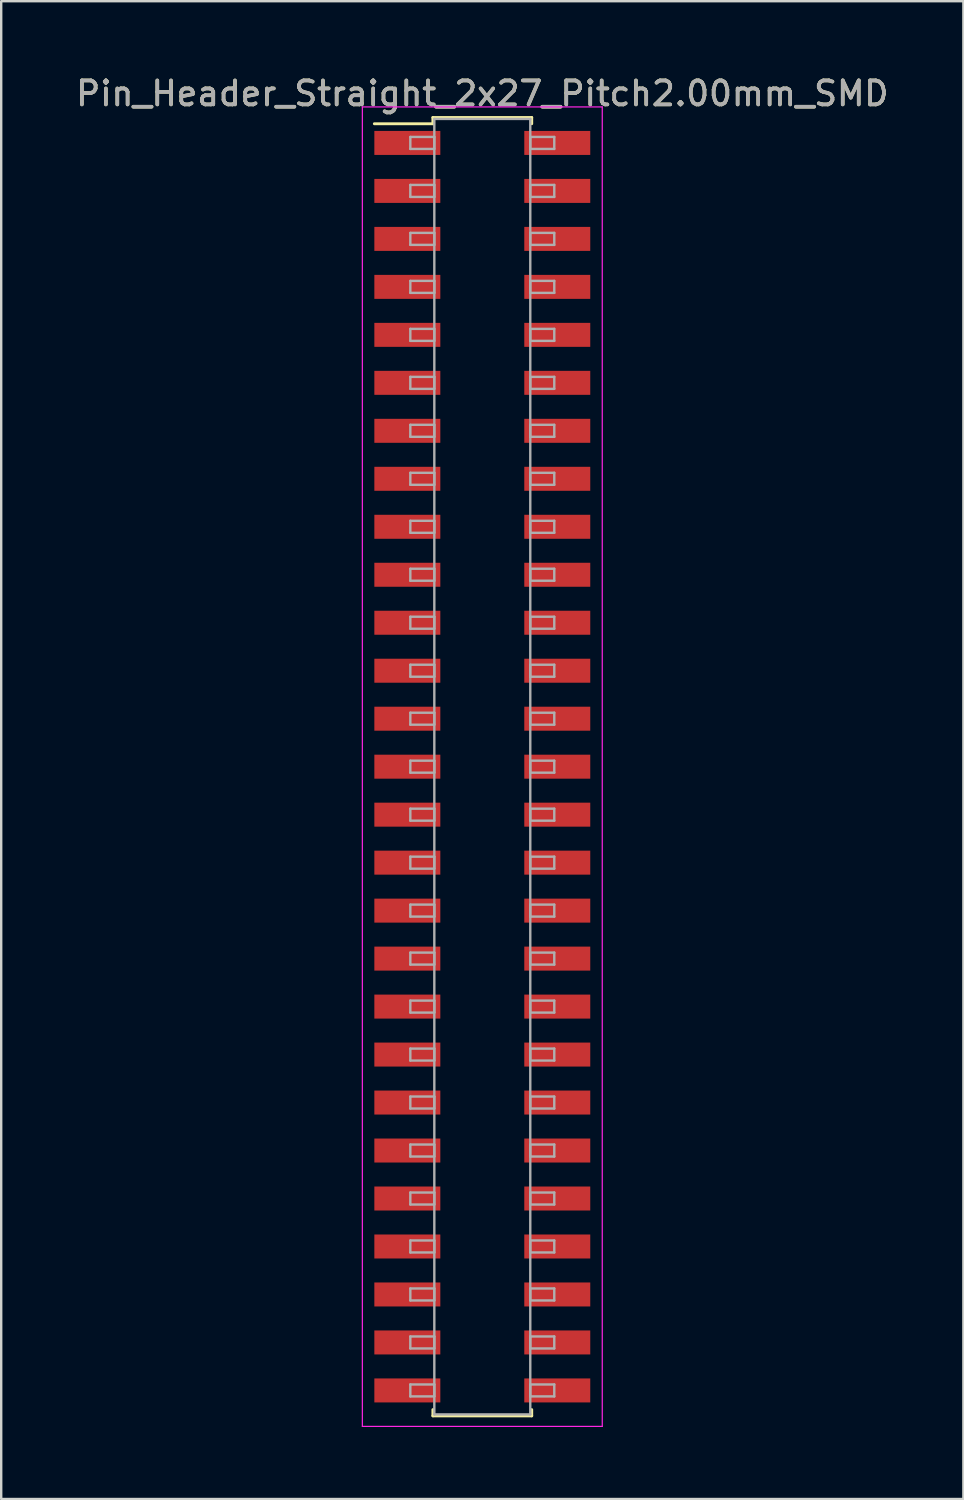
<source format=kicad_pcb>
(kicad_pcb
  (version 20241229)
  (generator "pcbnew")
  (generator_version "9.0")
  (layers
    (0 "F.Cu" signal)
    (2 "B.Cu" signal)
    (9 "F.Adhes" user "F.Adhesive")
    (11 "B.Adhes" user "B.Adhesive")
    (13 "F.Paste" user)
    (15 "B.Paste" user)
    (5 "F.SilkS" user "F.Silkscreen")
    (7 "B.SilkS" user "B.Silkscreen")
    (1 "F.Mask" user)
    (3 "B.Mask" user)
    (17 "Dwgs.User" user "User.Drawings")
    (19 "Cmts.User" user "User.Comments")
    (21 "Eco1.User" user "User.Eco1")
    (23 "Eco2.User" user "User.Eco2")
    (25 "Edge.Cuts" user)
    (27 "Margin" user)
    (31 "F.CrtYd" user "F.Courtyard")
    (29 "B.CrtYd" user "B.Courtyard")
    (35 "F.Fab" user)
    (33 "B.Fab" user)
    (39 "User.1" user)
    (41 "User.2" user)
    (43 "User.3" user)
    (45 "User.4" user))
  (footprint "Pin_Header_Straight_2x27_Pitch2.00mm_SMD"
    (layer "F.Cu")
    (at 17.054 28.908)
    (property "Reference" "Pin_Header_Straight_2x27_Pitch2.00mm_SMD" (at 0 -28.06 0) (layer "F.SilkS") (effects (font (size 1 1) (thickness 0.15))))
    (attr smd)
    (fp_line (start -4.5 -26.8) (end -2.06 -26.8) (stroke (width 0.12) (type solid)) (layer "F.SilkS"))
    (fp_line (start -2.06 -27.06) (end 2.06 -27.06) (stroke (width 0.12) (type solid)) (layer "F.SilkS"))
    (fp_line (start -2.06 -26.8) (end -2.06 -27.06) (stroke (width 0.12) (type solid)) (layer "F.SilkS"))
    (fp_line (start -2.06 26.8) (end -2.06 27.06) (stroke (width 0.12) (type solid)) (layer "F.SilkS"))
    (fp_line (start -2.06 27.06) (end 2.06 27.06) (stroke (width 0.12) (type solid)) (layer "F.SilkS"))
    (fp_line (start 2.06 -27.06) (end 2.06 -26.8) (stroke (width 0.12) (type solid)) (layer "F.SilkS"))
    (fp_line (start 2.06 27.06) (end 2.06 26.8) (stroke (width 0.12) (type solid)) (layer "F.SilkS"))
    (fp_line (start -5 -27.5) (end -5 27.5) (stroke (width 0.05) (type solid)) (layer "F.CrtYd"))
    (fp_line (start -5 27.5) (end 5 27.5) (stroke (width 0.05) (type solid)) (layer "F.CrtYd"))
    (fp_line (start 5 -27.5) (end -5 -27.5) (stroke (width 0.05) (type solid)) (layer "F.CrtYd"))
    (fp_line (start 5 27.5) (end 5 -27.5) (stroke (width 0.05) (type solid)) (layer "F.CrtYd"))
    (fp_line (start -3 -26.25) (end -2 -26.25) (stroke (width 0.1) (type solid)) (layer "F.Fab"))
    (fp_line (start -3 -25.75) (end -3 -26.25) (stroke (width 0.1) (type solid)) (layer "F.Fab"))
    (fp_line (start -3 -24.25) (end -2 -24.25) (stroke (width 0.1) (type solid)) (layer "F.Fab"))
    (fp_line (start -3 -23.75) (end -3 -24.25) (stroke (width 0.1) (type solid)) (layer "F.Fab"))
    (fp_line (start -3 -22.25) (end -2 -22.25) (stroke (width 0.1) (type solid)) (layer "F.Fab"))
    (fp_line (start -3 -21.75) (end -3 -22.25) (stroke (width 0.1) (type solid)) (layer "F.Fab"))
    (fp_line (start -3 -20.25) (end -2 -20.25) (stroke (width 0.1) (type solid)) (layer "F.Fab"))
    (fp_line (start -3 -19.75) (end -3 -20.25) (stroke (width 0.1) (type solid)) (layer "F.Fab"))
    (fp_line (start -3 -18.25) (end -2 -18.25) (stroke (width 0.1) (type solid)) (layer "F.Fab"))
    (fp_line (start -3 -17.75) (end -3 -18.25) (stroke (width 0.1) (type solid)) (layer "F.Fab"))
    (fp_line (start -3 -16.25) (end -2 -16.25) (stroke (width 0.1) (type solid)) (layer "F.Fab"))
    (fp_line (start -3 -15.75) (end -3 -16.25) (stroke (width 0.1) (type solid)) (layer "F.Fab"))
    (fp_line (start -3 -14.25) (end -2 -14.25) (stroke (width 0.1) (type solid)) (layer "F.Fab"))
    (fp_line (start -3 -13.75) (end -3 -14.25) (stroke (width 0.1) (type solid)) (layer "F.Fab"))
    (fp_line (start -3 -12.25) (end -2 -12.25) (stroke (width 0.1) (type solid)) (layer "F.Fab"))
    (fp_line (start -3 -11.75) (end -3 -12.25) (stroke (width 0.1) (type solid)) (layer "F.Fab"))
    (fp_line (start -3 -10.25) (end -2 -10.25) (stroke (width 0.1) (type solid)) (layer "F.Fab"))
    (fp_line (start -3 -9.75) (end -3 -10.25) (stroke (width 0.1) (type solid)) (layer "F.Fab"))
    (fp_line (start -3 -8.25) (end -2 -8.25) (stroke (width 0.1) (type solid)) (layer "F.Fab"))
    (fp_line (start -3 -7.75) (end -3 -8.25) (stroke (width 0.1) (type solid)) (layer "F.Fab"))
    (fp_line (start -3 -6.25) (end -2 -6.25) (stroke (width 0.1) (type solid)) (layer "F.Fab"))
    (fp_line (start -3 -5.75) (end -3 -6.25) (stroke (width 0.1) (type solid)) (layer "F.Fab"))
    (fp_line (start -3 -4.25) (end -2 -4.25) (stroke (width 0.1) (type solid)) (layer "F.Fab"))
    (fp_line (start -3 -3.75) (end -3 -4.25) (stroke (width 0.1) (type solid)) (layer "F.Fab"))
    (fp_line (start -3 -2.25) (end -2 -2.25) (stroke (width 0.1) (type solid)) (layer "F.Fab"))
    (fp_line (start -3 -1.75) (end -3 -2.25) (stroke (width 0.1) (type solid)) (layer "F.Fab"))
    (fp_line (start -3 -0.25) (end -2 -0.25) (stroke (width 0.1) (type solid)) (layer "F.Fab"))
    (fp_line (start -3 0.25) (end -3 -0.25) (stroke (width 0.1) (type solid)) (layer "F.Fab"))
    (fp_line (start -3 1.75) (end -2 1.75) (stroke (width 0.1) (type solid)) (layer "F.Fab"))
    (fp_line (start -3 2.25) (end -3 1.75) (stroke (width 0.1) (type solid)) (layer "F.Fab"))
    (fp_line (start -3 3.75) (end -2 3.75) (stroke (width 0.1) (type solid)) (layer "F.Fab"))
    (fp_line (start -3 4.25) (end -3 3.75) (stroke (width 0.1) (type solid)) (layer "F.Fab"))
    (fp_line (start -3 5.75) (end -2 5.75) (stroke (width 0.1) (type solid)) (layer "F.Fab"))
    (fp_line (start -3 6.25) (end -3 5.75) (stroke (width 0.1) (type solid)) (layer "F.Fab"))
    (fp_line (start -3 7.75) (end -2 7.75) (stroke (width 0.1) (type solid)) (layer "F.Fab"))
    (fp_line (start -3 8.25) (end -3 7.75) (stroke (width 0.1) (type solid)) (layer "F.Fab"))
    (fp_line (start -3 9.75) (end -2 9.75) (stroke (width 0.1) (type solid)) (layer "F.Fab"))
    (fp_line (start -3 10.25) (end -3 9.75) (stroke (width 0.1) (type solid)) (layer "F.Fab"))
    (fp_line (start -3 11.75) (end -2 11.75) (stroke (width 0.1) (type solid)) (layer "F.Fab"))
    (fp_line (start -3 12.25) (end -3 11.75) (stroke (width 0.1) (type solid)) (layer "F.Fab"))
    (fp_line (start -3 13.75) (end -2 13.75) (stroke (width 0.1) (type solid)) (layer "F.Fab"))
    (fp_line (start -3 14.25) (end -3 13.75) (stroke (width 0.1) (type solid)) (layer "F.Fab"))
    (fp_line (start -3 15.75) (end -2 15.75) (stroke (width 0.1) (type solid)) (layer "F.Fab"))
    (fp_line (start -3 16.25) (end -3 15.75) (stroke (width 0.1) (type solid)) (layer "F.Fab"))
    (fp_line (start -3 17.75) (end -2 17.75) (stroke (width 0.1) (type solid)) (layer "F.Fab"))
    (fp_line (start -3 18.25) (end -3 17.75) (stroke (width 0.1) (type solid)) (layer "F.Fab"))
    (fp_line (start -3 19.75) (end -2 19.75) (stroke (width 0.1) (type solid)) (layer "F.Fab"))
    (fp_line (start -3 20.25) (end -3 19.75) (stroke (width 0.1) (type solid)) (layer "F.Fab"))
    (fp_line (start -3 21.75) (end -2 21.75) (stroke (width 0.1) (type solid)) (layer "F.Fab"))
    (fp_line (start -3 22.25) (end -3 21.75) (stroke (width 0.1) (type solid)) (layer "F.Fab"))
    (fp_line (start -3 23.75) (end -2 23.75) (stroke (width 0.1) (type solid)) (layer "F.Fab"))
    (fp_line (start -3 24.25) (end -3 23.75) (stroke (width 0.1) (type solid)) (layer "F.Fab"))
    (fp_line (start -3 25.75) (end -2 25.75) (stroke (width 0.1) (type solid)) (layer "F.Fab"))
    (fp_line (start -3 26.25) (end -3 25.75) (stroke (width 0.1) (type solid)) (layer "F.Fab"))
    (fp_line (start -2 -27) (end -2 27) (stroke (width 0.1) (type solid)) (layer "F.Fab"))
    (fp_line (start -2 -26.25) (end -2 -25.75) (stroke (width 0.1) (type solid)) (layer "F.Fab"))
    (fp_line (start -2 -25.75) (end -3 -25.75) (stroke (width 0.1) (type solid)) (layer "F.Fab"))
    (fp_line (start -2 -24.25) (end -2 -23.75) (stroke (width 0.1) (type solid)) (layer "F.Fab"))
    (fp_line (start -2 -23.75) (end -3 -23.75) (stroke (width 0.1) (type solid)) (layer "F.Fab"))
    (fp_line (start -2 -22.25) (end -2 -21.75) (stroke (width 0.1) (type solid)) (layer "F.Fab"))
    (fp_line (start -2 -21.75) (end -3 -21.75) (stroke (width 0.1) (type solid)) (layer "F.Fab"))
    (fp_line (start -2 -20.25) (end -2 -19.75) (stroke (width 0.1) (type solid)) (layer "F.Fab"))
    (fp_line (start -2 -19.75) (end -3 -19.75) (stroke (width 0.1) (type solid)) (layer "F.Fab"))
    (fp_line (start -2 -18.25) (end -2 -17.75) (stroke (width 0.1) (type solid)) (layer "F.Fab"))
    (fp_line (start -2 -17.75) (end -3 -17.75) (stroke (width 0.1) (type solid)) (layer "F.Fab"))
    (fp_line (start -2 -16.25) (end -2 -15.75) (stroke (width 0.1) (type solid)) (layer "F.Fab"))
    (fp_line (start -2 -15.75) (end -3 -15.75) (stroke (width 0.1) (type solid)) (layer "F.Fab"))
    (fp_line (start -2 -14.25) (end -2 -13.75) (stroke (width 0.1) (type solid)) (layer "F.Fab"))
    (fp_line (start -2 -13.75) (end -3 -13.75) (stroke (width 0.1) (type solid)) (layer "F.Fab"))
    (fp_line (start -2 -12.25) (end -2 -11.75) (stroke (width 0.1) (type solid)) (layer "F.Fab"))
    (fp_line (start -2 -11.75) (end -3 -11.75) (stroke (width 0.1) (type solid)) (layer "F.Fab"))
    (fp_line (start -2 -10.25) (end -2 -9.75) (stroke (width 0.1) (type solid)) (layer "F.Fab"))
    (fp_line (start -2 -9.75) (end -3 -9.75) (stroke (width 0.1) (type solid)) (layer "F.Fab"))
    (fp_line (start -2 -8.25) (end -2 -7.75) (stroke (width 0.1) (type solid)) (layer "F.Fab"))
    (fp_line (start -2 -7.75) (end -3 -7.75) (stroke (width 0.1) (type solid)) (layer "F.Fab"))
    (fp_line (start -2 -6.25) (end -2 -5.75) (stroke (width 0.1) (type solid)) (layer "F.Fab"))
    (fp_line (start -2 -5.75) (end -3 -5.75) (stroke (width 0.1) (type solid)) (layer "F.Fab"))
    (fp_line (start -2 -4.25) (end -2 -3.75) (stroke (width 0.1) (type solid)) (layer "F.Fab"))
    (fp_line (start -2 -3.75) (end -3 -3.75) (stroke (width 0.1) (type solid)) (layer "F.Fab"))
    (fp_line (start -2 -2.25) (end -2 -1.75) (stroke (width 0.1) (type solid)) (layer "F.Fab"))
    (fp_line (start -2 -1.75) (end -3 -1.75) (stroke (width 0.1) (type solid)) (layer "F.Fab"))
    (fp_line (start -2 -0.25) (end -2 0.25) (stroke (width 0.1) (type solid)) (layer "F.Fab"))
    (fp_line (start -2 0.25) (end -3 0.25) (stroke (width 0.1) (type solid)) (layer "F.Fab"))
    (fp_line (start -2 1.75) (end -2 2.25) (stroke (width 0.1) (type solid)) (layer "F.Fab"))
    (fp_line (start -2 2.25) (end -3 2.25) (stroke (width 0.1) (type solid)) (layer "F.Fab"))
    (fp_line (start -2 3.75) (end -2 4.25) (stroke (width 0.1) (type solid)) (layer "F.Fab"))
    (fp_line (start -2 4.25) (end -3 4.25) (stroke (width 0.1) (type solid)) (layer "F.Fab"))
    (fp_line (start -2 5.75) (end -2 6.25) (stroke (width 0.1) (type solid)) (layer "F.Fab"))
    (fp_line (start -2 6.25) (end -3 6.25) (stroke (width 0.1) (type solid)) (layer "F.Fab"))
    (fp_line (start -2 7.75) (end -2 8.25) (stroke (width 0.1) (type solid)) (layer "F.Fab"))
    (fp_line (start -2 8.25) (end -3 8.25) (stroke (width 0.1) (type solid)) (layer "F.Fab"))
    (fp_line (start -2 9.75) (end -2 10.25) (stroke (width 0.1) (type solid)) (layer "F.Fab"))
    (fp_line (start -2 10.25) (end -3 10.25) (stroke (width 0.1) (type solid)) (layer "F.Fab"))
    (fp_line (start -2 11.75) (end -2 12.25) (stroke (width 0.1) (type solid)) (layer "F.Fab"))
    (fp_line (start -2 12.25) (end -3 12.25) (stroke (width 0.1) (type solid)) (layer "F.Fab"))
    (fp_line (start -2 13.75) (end -2 14.25) (stroke (width 0.1) (type solid)) (layer "F.Fab"))
    (fp_line (start -2 14.25) (end -3 14.25) (stroke (width 0.1) (type solid)) (layer "F.Fab"))
    (fp_line (start -2 15.75) (end -2 16.25) (stroke (width 0.1) (type solid)) (layer "F.Fab"))
    (fp_line (start -2 16.25) (end -3 16.25) (stroke (width 0.1) (type solid)) (layer "F.Fab"))
    (fp_line (start -2 17.75) (end -2 18.25) (stroke (width 0.1) (type solid)) (layer "F.Fab"))
    (fp_line (start -2 18.25) (end -3 18.25) (stroke (width 0.1) (type solid)) (layer "F.Fab"))
    (fp_line (start -2 19.75) (end -2 20.25) (stroke (width 0.1) (type solid)) (layer "F.Fab"))
    (fp_line (start -2 20.25) (end -3 20.25) (stroke (width 0.1) (type solid)) (layer "F.Fab"))
    (fp_line (start -2 21.75) (end -2 22.25) (stroke (width 0.1) (type solid)) (layer "F.Fab"))
    (fp_line (start -2 22.25) (end -3 22.25) (stroke (width 0.1) (type solid)) (layer "F.Fab"))
    (fp_line (start -2 23.75) (end -2 24.25) (stroke (width 0.1) (type solid)) (layer "F.Fab"))
    (fp_line (start -2 24.25) (end -3 24.25) (stroke (width 0.1) (type solid)) (layer "F.Fab"))
    (fp_line (start -2 25.75) (end -2 26.25) (stroke (width 0.1) (type solid)) (layer "F.Fab"))
    (fp_line (start -2 26.25) (end -3 26.25) (stroke (width 0.1) (type solid)) (layer "F.Fab"))
    (fp_line (start -2 27) (end 2 27) (stroke (width 0.1) (type solid)) (layer "F.Fab"))
    (fp_line (start 2 -27) (end -2 -27) (stroke (width 0.1) (type solid)) (layer "F.Fab"))
    (fp_line (start 2 -26.25) (end 2 -25.75) (stroke (width 0.1) (type solid)) (layer "F.Fab"))
    (fp_line (start 2 -25.75) (end 3 -25.75) (stroke (width 0.1) (type solid)) (layer "F.Fab"))
    (fp_line (start 2 -24.25) (end 2 -23.75) (stroke (width 0.1) (type solid)) (layer "F.Fab"))
    (fp_line (start 2 -23.75) (end 3 -23.75) (stroke (width 0.1) (type solid)) (layer "F.Fab"))
    (fp_line (start 2 -22.25) (end 2 -21.75) (stroke (width 0.1) (type solid)) (layer "F.Fab"))
    (fp_line (start 2 -21.75) (end 3 -21.75) (stroke (width 0.1) (type solid)) (layer "F.Fab"))
    (fp_line (start 2 -20.25) (end 2 -19.75) (stroke (width 0.1) (type solid)) (layer "F.Fab"))
    (fp_line (start 2 -19.75) (end 3 -19.75) (stroke (width 0.1) (type solid)) (layer "F.Fab"))
    (fp_line (start 2 -18.25) (end 2 -17.75) (stroke (width 0.1) (type solid)) (layer "F.Fab"))
    (fp_line (start 2 -17.75) (end 3 -17.75) (stroke (width 0.1) (type solid)) (layer "F.Fab"))
    (fp_line (start 2 -16.25) (end 2 -15.75) (stroke (width 0.1) (type solid)) (layer "F.Fab"))
    (fp_line (start 2 -15.75) (end 3 -15.75) (stroke (width 0.1) (type solid)) (layer "F.Fab"))
    (fp_line (start 2 -14.25) (end 2 -13.75) (stroke (width 0.1) (type solid)) (layer "F.Fab"))
    (fp_line (start 2 -13.75) (end 3 -13.75) (stroke (width 0.1) (type solid)) (layer "F.Fab"))
    (fp_line (start 2 -12.25) (end 2 -11.75) (stroke (width 0.1) (type solid)) (layer "F.Fab"))
    (fp_line (start 2 -11.75) (end 3 -11.75) (stroke (width 0.1) (type solid)) (layer "F.Fab"))
    (fp_line (start 2 -10.25) (end 2 -9.75) (stroke (width 0.1) (type solid)) (layer "F.Fab"))
    (fp_line (start 2 -9.75) (end 3 -9.75) (stroke (width 0.1) (type solid)) (layer "F.Fab"))
    (fp_line (start 2 -8.25) (end 2 -7.75) (stroke (width 0.1) (type solid)) (layer "F.Fab"))
    (fp_line (start 2 -7.75) (end 3 -7.75) (stroke (width 0.1) (type solid)) (layer "F.Fab"))
    (fp_line (start 2 -6.25) (end 2 -5.75) (stroke (width 0.1) (type solid)) (layer "F.Fab"))
    (fp_line (start 2 -5.75) (end 3 -5.75) (stroke (width 0.1) (type solid)) (layer "F.Fab"))
    (fp_line (start 2 -4.25) (end 2 -3.75) (stroke (width 0.1) (type solid)) (layer "F.Fab"))
    (fp_line (start 2 -3.75) (end 3 -3.75) (stroke (width 0.1) (type solid)) (layer "F.Fab"))
    (fp_line (start 2 -2.25) (end 2 -1.75) (stroke (width 0.1) (type solid)) (layer "F.Fab"))
    (fp_line (start 2 -1.75) (end 3 -1.75) (stroke (width 0.1) (type solid)) (layer "F.Fab"))
    (fp_line (start 2 -0.25) (end 2 0.25) (stroke (width 0.1) (type solid)) (layer "F.Fab"))
    (fp_line (start 2 0.25) (end 3 0.25) (stroke (width 0.1) (type solid)) (layer "F.Fab"))
    (fp_line (start 2 1.75) (end 2 2.25) (stroke (width 0.1) (type solid)) (layer "F.Fab"))
    (fp_line (start 2 2.25) (end 3 2.25) (stroke (width 0.1) (type solid)) (layer "F.Fab"))
    (fp_line (start 2 3.75) (end 2 4.25) (stroke (width 0.1) (type solid)) (layer "F.Fab"))
    (fp_line (start 2 4.25) (end 3 4.25) (stroke (width 0.1) (type solid)) (layer "F.Fab"))
    (fp_line (start 2 5.75) (end 2 6.25) (stroke (width 0.1) (type solid)) (layer "F.Fab"))
    (fp_line (start 2 6.25) (end 3 6.25) (stroke (width 0.1) (type solid)) (layer "F.Fab"))
    (fp_line (start 2 7.75) (end 2 8.25) (stroke (width 0.1) (type solid)) (layer "F.Fab"))
    (fp_line (start 2 8.25) (end 3 8.25) (stroke (width 0.1) (type solid)) (layer "F.Fab"))
    (fp_line (start 2 9.75) (end 2 10.25) (stroke (width 0.1) (type solid)) (layer "F.Fab"))
    (fp_line (start 2 10.25) (end 3 10.25) (stroke (width 0.1) (type solid)) (layer "F.Fab"))
    (fp_line (start 2 11.75) (end 2 12.25) (stroke (width 0.1) (type solid)) (layer "F.Fab"))
    (fp_line (start 2 12.25) (end 3 12.25) (stroke (width 0.1) (type solid)) (layer "F.Fab"))
    (fp_line (start 2 13.75) (end 2 14.25) (stroke (width 0.1) (type solid)) (layer "F.Fab"))
    (fp_line (start 2 14.25) (end 3 14.25) (stroke (width 0.1) (type solid)) (layer "F.Fab"))
    (fp_line (start 2 15.75) (end 2 16.25) (stroke (width 0.1) (type solid)) (layer "F.Fab"))
    (fp_line (start 2 16.25) (end 3 16.25) (stroke (width 0.1) (type solid)) (layer "F.Fab"))
    (fp_line (start 2 17.75) (end 2 18.25) (stroke (width 0.1) (type solid)) (layer "F.Fab"))
    (fp_line (start 2 18.25) (end 3 18.25) (stroke (width 0.1) (type solid)) (layer "F.Fab"))
    (fp_line (start 2 19.75) (end 2 20.25) (stroke (width 0.1) (type solid)) (layer "F.Fab"))
    (fp_line (start 2 20.25) (end 3 20.25) (stroke (width 0.1) (type solid)) (layer "F.Fab"))
    (fp_line (start 2 21.75) (end 2 22.25) (stroke (width 0.1) (type solid)) (layer "F.Fab"))
    (fp_line (start 2 22.25) (end 3 22.25) (stroke (width 0.1) (type solid)) (layer "F.Fab"))
    (fp_line (start 2 23.75) (end 2 24.25) (stroke (width 0.1) (type solid)) (layer "F.Fab"))
    (fp_line (start 2 24.25) (end 3 24.25) (stroke (width 0.1) (type solid)) (layer "F.Fab"))
    (fp_line (start 2 25.75) (end 2 26.25) (stroke (width 0.1) (type solid)) (layer "F.Fab"))
    (fp_line (start 2 26.25) (end 3 26.25) (stroke (width 0.1) (type solid)) (layer "F.Fab"))
    (fp_line (start 2 27) (end 2 -27) (stroke (width 0.1) (type solid)) (layer "F.Fab"))
    (fp_line (start 3 -26.25) (end 2 -26.25) (stroke (width 0.1) (type solid)) (layer "F.Fab"))
    (fp_line (start 3 -25.75) (end 3 -26.25) (stroke (width 0.1) (type solid)) (layer "F.Fab"))
    (fp_line (start 3 -24.25) (end 2 -24.25) (stroke (width 0.1) (type solid)) (layer "F.Fab"))
    (fp_line (start 3 -23.75) (end 3 -24.25) (stroke (width 0.1) (type solid)) (layer "F.Fab"))
    (fp_line (start 3 -22.25) (end 2 -22.25) (stroke (width 0.1) (type solid)) (layer "F.Fab"))
    (fp_line (start 3 -21.75) (end 3 -22.25) (stroke (width 0.1) (type solid)) (layer "F.Fab"))
    (fp_line (start 3 -20.25) (end 2 -20.25) (stroke (width 0.1) (type solid)) (layer "F.Fab"))
    (fp_line (start 3 -19.75) (end 3 -20.25) (stroke (width 0.1) (type solid)) (layer "F.Fab"))
    (fp_line (start 3 -18.25) (end 2 -18.25) (stroke (width 0.1) (type solid)) (layer "F.Fab"))
    (fp_line (start 3 -17.75) (end 3 -18.25) (stroke (width 0.1) (type solid)) (layer "F.Fab"))
    (fp_line (start 3 -16.25) (end 2 -16.25) (stroke (width 0.1) (type solid)) (layer "F.Fab"))
    (fp_line (start 3 -15.75) (end 3 -16.25) (stroke (width 0.1) (type solid)) (layer "F.Fab"))
    (fp_line (start 3 -14.25) (end 2 -14.25) (stroke (width 0.1) (type solid)) (layer "F.Fab"))
    (fp_line (start 3 -13.75) (end 3 -14.25) (stroke (width 0.1) (type solid)) (layer "F.Fab"))
    (fp_line (start 3 -12.25) (end 2 -12.25) (stroke (width 0.1) (type solid)) (layer "F.Fab"))
    (fp_line (start 3 -11.75) (end 3 -12.25) (stroke (width 0.1) (type solid)) (layer "F.Fab"))
    (fp_line (start 3 -10.25) (end 2 -10.25) (stroke (width 0.1) (type solid)) (layer "F.Fab"))
    (fp_line (start 3 -9.75) (end 3 -10.25) (stroke (width 0.1) (type solid)) (layer "F.Fab"))
    (fp_line (start 3 -8.25) (end 2 -8.25) (stroke (width 0.1) (type solid)) (layer "F.Fab"))
    (fp_line (start 3 -7.75) (end 3 -8.25) (stroke (width 0.1) (type solid)) (layer "F.Fab"))
    (fp_line (start 3 -6.25) (end 2 -6.25) (stroke (width 0.1) (type solid)) (layer "F.Fab"))
    (fp_line (start 3 -5.75) (end 3 -6.25) (stroke (width 0.1) (type solid)) (layer "F.Fab"))
    (fp_line (start 3 -4.25) (end 2 -4.25) (stroke (width 0.1) (type solid)) (layer "F.Fab"))
    (fp_line (start 3 -3.75) (end 3 -4.25) (stroke (width 0.1) (type solid)) (layer "F.Fab"))
    (fp_line (start 3 -2.25) (end 2 -2.25) (stroke (width 0.1) (type solid)) (layer "F.Fab"))
    (fp_line (start 3 -1.75) (end 3 -2.25) (stroke (width 0.1) (type solid)) (layer "F.Fab"))
    (fp_line (start 3 -0.25) (end 2 -0.25) (stroke (width 0.1) (type solid)) (layer "F.Fab"))
    (fp_line (start 3 0.25) (end 3 -0.25) (stroke (width 0.1) (type solid)) (layer "F.Fab"))
    (fp_line (start 3 1.75) (end 2 1.75) (stroke (width 0.1) (type solid)) (layer "F.Fab"))
    (fp_line (start 3 2.25) (end 3 1.75) (stroke (width 0.1) (type solid)) (layer "F.Fab"))
    (fp_line (start 3 3.75) (end 2 3.75) (stroke (width 0.1) (type solid)) (layer "F.Fab"))
    (fp_line (start 3 4.25) (end 3 3.75) (stroke (width 0.1) (type solid)) (layer "F.Fab"))
    (fp_line (start 3 5.75) (end 2 5.75) (stroke (width 0.1) (type solid)) (layer "F.Fab"))
    (fp_line (start 3 6.25) (end 3 5.75) (stroke (width 0.1) (type solid)) (layer "F.Fab"))
    (fp_line (start 3 7.75) (end 2 7.75) (stroke (width 0.1) (type solid)) (layer "F.Fab"))
    (fp_line (start 3 8.25) (end 3 7.75) (stroke (width 0.1) (type solid)) (layer "F.Fab"))
    (fp_line (start 3 9.75) (end 2 9.75) (stroke (width 0.1) (type solid)) (layer "F.Fab"))
    (fp_line (start 3 10.25) (end 3 9.75) (stroke (width 0.1) (type solid)) (layer "F.Fab"))
    (fp_line (start 3 11.75) (end 2 11.75) (stroke (width 0.1) (type solid)) (layer "F.Fab"))
    (fp_line (start 3 12.25) (end 3 11.75) (stroke (width 0.1) (type solid)) (layer "F.Fab"))
    (fp_line (start 3 13.75) (end 2 13.75) (stroke (width 0.1) (type solid)) (layer "F.Fab"))
    (fp_line (start 3 14.25) (end 3 13.75) (stroke (width 0.1) (type solid)) (layer "F.Fab"))
    (fp_line (start 3 15.75) (end 2 15.75) (stroke (width 0.1) (type solid)) (layer "F.Fab"))
    (fp_line (start 3 16.25) (end 3 15.75) (stroke (width 0.1) (type solid)) (layer "F.Fab"))
    (fp_line (start 3 17.75) (end 2 17.75) (stroke (width 0.1) (type solid)) (layer "F.Fab"))
    (fp_line (start 3 18.25) (end 3 17.75) (stroke (width 0.1) (type solid)) (layer "F.Fab"))
    (fp_line (start 3 19.75) (end 2 19.75) (stroke (width 0.1) (type solid)) (layer "F.Fab"))
    (fp_line (start 3 20.25) (end 3 19.75) (stroke (width 0.1) (type solid)) (layer "F.Fab"))
    (fp_line (start 3 21.75) (end 2 21.75) (stroke (width 0.1) (type solid)) (layer "F.Fab"))
    (fp_line (start 3 22.25) (end 3 21.75) (stroke (width 0.1) (type solid)) (layer "F.Fab"))
    (fp_line (start 3 23.75) (end 2 23.75) (stroke (width 0.1) (type solid)) (layer "F.Fab"))
    (fp_line (start 3 24.25) (end 3 23.75) (stroke (width 0.1) (type solid)) (layer "F.Fab"))
    (fp_line (start 3 25.75) (end 2 25.75) (stroke (width 0.1) (type solid)) (layer "F.Fab"))
    (fp_line (start 3 26.25) (end 3 25.75) (stroke (width 0.1) (type solid)) (layer "F.Fab"))
    (fp_text user "${REFERENCE}" (at 0 -28.06 0) (layer "F.Fab") (effects (font (size 1 1) (thickness 0.15))))
    (pad "1" smd rect (at -3.125 -26) (size 2.75 1) (layers "F.Cu" "F.Mask" "F.Paste"))
    (pad "2" smd rect (at 3.125 -26) (size 2.75 1) (layers "F.Cu" "F.Mask" "F.Paste"))
    (pad "3" smd rect (at -3.125 -24) (size 2.75 1) (layers "F.Cu" "F.Mask" "F.Paste"))
    (pad "4" smd rect (at 3.125 -24) (size 2.75 1) (layers "F.Cu" "F.Mask" "F.Paste"))
    (pad "5" smd rect (at -3.125 -22) (size 2.75 1) (layers "F.Cu" "F.Mask" "F.Paste"))
    (pad "6" smd rect (at 3.125 -22) (size 2.75 1) (layers "F.Cu" "F.Mask" "F.Paste"))
    (pad "7" smd rect (at -3.125 -20) (size 2.75 1) (layers "F.Cu" "F.Mask" "F.Paste"))
    (pad "8" smd rect (at 3.125 -20) (size 2.75 1) (layers "F.Cu" "F.Mask" "F.Paste"))
    (pad "9" smd rect (at -3.125 -18) (size 2.75 1) (layers "F.Cu" "F.Mask" "F.Paste"))
    (pad "10" smd rect (at 3.125 -18) (size 2.75 1) (layers "F.Cu" "F.Mask" "F.Paste"))
    (pad "11" smd rect (at -3.125 -16) (size 2.75 1) (layers "F.Cu" "F.Mask" "F.Paste"))
    (pad "12" smd rect (at 3.125 -16) (size 2.75 1) (layers "F.Cu" "F.Mask" "F.Paste"))
    (pad "13" smd rect (at -3.125 -14) (size 2.75 1) (layers "F.Cu" "F.Mask" "F.Paste"))
    (pad "14" smd rect (at 3.125 -14) (size 2.75 1) (layers "F.Cu" "F.Mask" "F.Paste"))
    (pad "15" smd rect (at -3.125 -12) (size 2.75 1) (layers "F.Cu" "F.Mask" "F.Paste"))
    (pad "16" smd rect (at 3.125 -12) (size 2.75 1) (layers "F.Cu" "F.Mask" "F.Paste"))
    (pad "17" smd rect (at -3.125 -10) (size 2.75 1) (layers "F.Cu" "F.Mask" "F.Paste"))
    (pad "18" smd rect (at 3.125 -10) (size 2.75 1) (layers "F.Cu" "F.Mask" "F.Paste"))
    (pad "19" smd rect (at -3.125 -8) (size 2.75 1) (layers "F.Cu" "F.Mask" "F.Paste"))
    (pad "20" smd rect (at 3.125 -8) (size 2.75 1) (layers "F.Cu" "F.Mask" "F.Paste"))
    (pad "21" smd rect (at -3.125 -6) (size 2.75 1) (layers "F.Cu" "F.Mask" "F.Paste"))
    (pad "22" smd rect (at 3.125 -6) (size 2.75 1) (layers "F.Cu" "F.Mask" "F.Paste"))
    (pad "23" smd rect (at -3.125 -4) (size 2.75 1) (layers "F.Cu" "F.Mask" "F.Paste"))
    (pad "24" smd rect (at 3.125 -4) (size 2.75 1) (layers "F.Cu" "F.Mask" "F.Paste"))
    (pad "25" smd rect (at -3.125 -2) (size 2.75 1) (layers "F.Cu" "F.Mask" "F.Paste"))
    (pad "26" smd rect (at 3.125 -2) (size 2.75 1) (layers "F.Cu" "F.Mask" "F.Paste"))
    (pad "27" smd rect (at -3.125 0) (size 2.75 1) (layers "F.Cu" "F.Mask" "F.Paste"))
    (pad "28" smd rect (at 3.125 0) (size 2.75 1) (layers "F.Cu" "F.Mask" "F.Paste"))
    (pad "29" smd rect (at -3.125 2) (size 2.75 1) (layers "F.Cu" "F.Mask" "F.Paste"))
    (pad "30" smd rect (at 3.125 2) (size 2.75 1) (layers "F.Cu" "F.Mask" "F.Paste"))
    (pad "31" smd rect (at -3.125 4) (size 2.75 1) (layers "F.Cu" "F.Mask" "F.Paste"))
    (pad "32" smd rect (at 3.125 4) (size 2.75 1) (layers "F.Cu" "F.Mask" "F.Paste"))
    (pad "33" smd rect (at -3.125 6) (size 2.75 1) (layers "F.Cu" "F.Mask" "F.Paste"))
    (pad "34" smd rect (at 3.125 6) (size 2.75 1) (layers "F.Cu" "F.Mask" "F.Paste"))
    (pad "35" smd rect (at -3.125 8) (size 2.75 1) (layers "F.Cu" "F.Mask" "F.Paste"))
    (pad "36" smd rect (at 3.125 8) (size 2.75 1) (layers "F.Cu" "F.Mask" "F.Paste"))
    (pad "37" smd rect (at -3.125 10) (size 2.75 1) (layers "F.Cu" "F.Mask" "F.Paste"))
    (pad "38" smd rect (at 3.125 10) (size 2.75 1) (layers "F.Cu" "F.Mask" "F.Paste"))
    (pad "39" smd rect (at -3.125 12) (size 2.75 1) (layers "F.Cu" "F.Mask" "F.Paste"))
    (pad "40" smd rect (at 3.125 12) (size 2.75 1) (layers "F.Cu" "F.Mask" "F.Paste"))
    (pad "41" smd rect (at -3.125 14) (size 2.75 1) (layers "F.Cu" "F.Mask" "F.Paste"))
    (pad "42" smd rect (at 3.125 14) (size 2.75 1) (layers "F.Cu" "F.Mask" "F.Paste"))
    (pad "43" smd rect (at -3.125 16) (size 2.75 1) (layers "F.Cu" "F.Mask" "F.Paste"))
    (pad "44" smd rect (at 3.125 16) (size 2.75 1) (layers "F.Cu" "F.Mask" "F.Paste"))
    (pad "45" smd rect (at -3.125 18) (size 2.75 1) (layers "F.Cu" "F.Mask" "F.Paste"))
    (pad "46" smd rect (at 3.125 18) (size 2.75 1) (layers "F.Cu" "F.Mask" "F.Paste"))
    (pad "47" smd rect (at -3.125 20) (size 2.75 1) (layers "F.Cu" "F.Mask" "F.Paste"))
    (pad "48" smd rect (at 3.125 20) (size 2.75 1) (layers "F.Cu" "F.Mask" "F.Paste"))
    (pad "49" smd rect (at -3.125 22) (size 2.75 1) (layers "F.Cu" "F.Mask" "F.Paste"))
    (pad "50" smd rect (at 3.125 22) (size 2.75 1) (layers "F.Cu" "F.Mask" "F.Paste"))
    (pad "51" smd rect (at -3.125 24) (size 2.75 1) (layers "F.Cu" "F.Mask" "F.Paste"))
    (pad "52" smd rect (at 3.125 24) (size 2.75 1) (layers "F.Cu" "F.Mask" "F.Paste"))
    (pad "53" smd rect (at -3.125 26) (size 2.75 1) (layers "F.Cu" "F.Mask" "F.Paste"))
    (pad "54" smd rect (at 3.125 26) (size 2.75 1) (layers "F.Cu" "F.Mask" "F.Paste")))
  (gr_rect
    (start -3 -3)
    (end 37.107 59.433)
    (stroke (width 0.1) (type default))
    (fill no)
    (layer "Edge.Cuts")))
</source>
